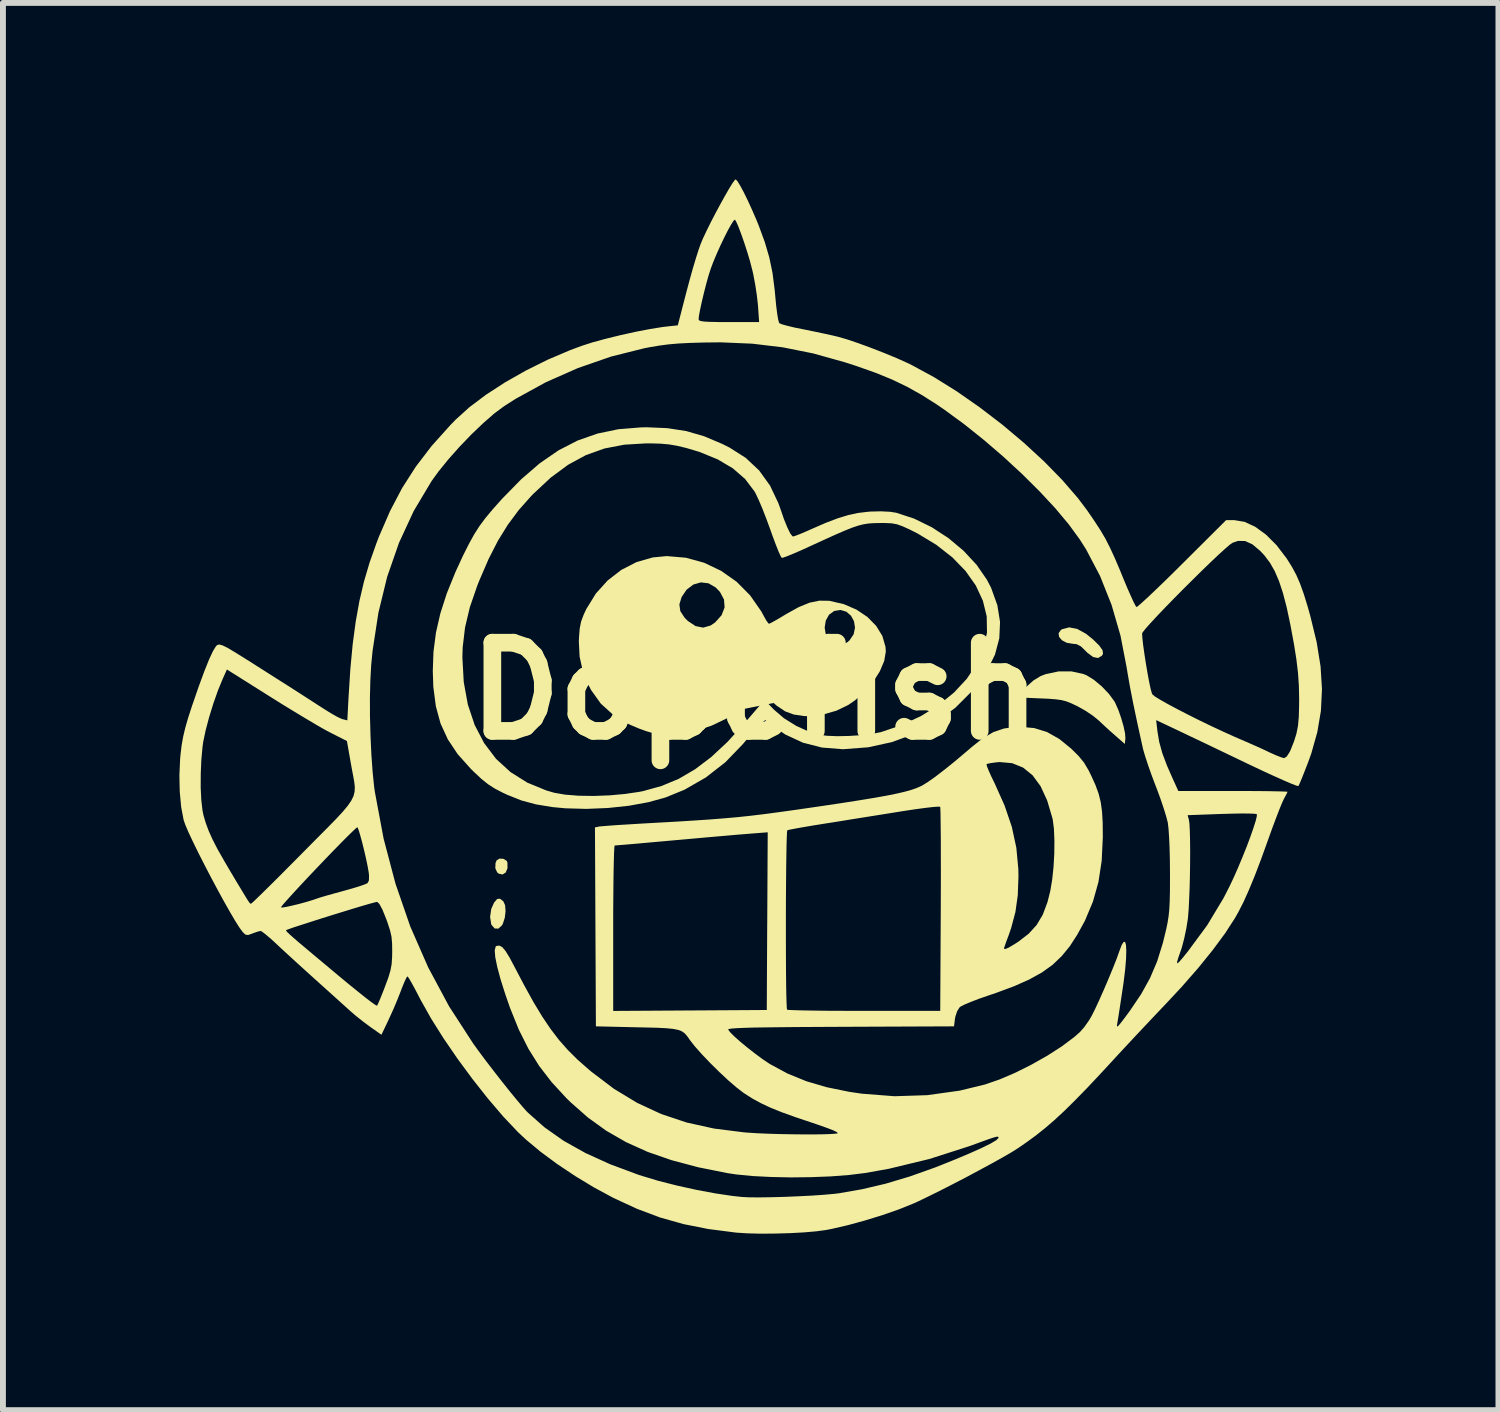
<source format=kicad_pcb>
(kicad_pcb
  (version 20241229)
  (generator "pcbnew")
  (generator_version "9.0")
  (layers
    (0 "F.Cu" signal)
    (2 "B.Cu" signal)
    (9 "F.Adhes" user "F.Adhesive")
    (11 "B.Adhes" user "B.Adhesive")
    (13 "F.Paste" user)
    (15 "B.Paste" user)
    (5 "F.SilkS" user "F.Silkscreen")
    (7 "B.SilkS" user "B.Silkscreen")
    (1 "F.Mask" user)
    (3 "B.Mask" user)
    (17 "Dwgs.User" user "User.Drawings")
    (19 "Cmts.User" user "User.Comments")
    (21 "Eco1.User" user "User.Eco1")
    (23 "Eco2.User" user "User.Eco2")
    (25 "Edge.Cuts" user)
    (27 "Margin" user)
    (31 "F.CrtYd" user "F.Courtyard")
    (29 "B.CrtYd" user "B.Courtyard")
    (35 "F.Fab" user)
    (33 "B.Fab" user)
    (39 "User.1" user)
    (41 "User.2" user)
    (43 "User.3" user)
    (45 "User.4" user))
  (footprint "Dopefish"
    (layer "F.Cu")
    (at 9.785 8.698)
    (property "Reference" "Dopefish" (at 0 0 0) (layer "F.SilkS") (effects (font (size 1.5 1.5) (thickness 0.3))))
    (attr board_only exclude_from_pos_files exclude_from_bom)
    (fp_poly (pts (xy -4.275 2.853) (xy -4.221 2.887) (xy -4.208 2.915) (xy -4.207 3.013) (xy -4.237 3.085) (xy -4.29 3.119) (xy -4.354 3.106) (xy -4.382 3.084) (xy -4.414 3.014) (xy -4.411 2.927) (xy -4.392 2.879) (xy -4.342 2.849)) (stroke (width 0) (type solid)) (fill yes) (layer "F.SilkS"))
    (fp_poly (pts (xy -4.278 3.575) (xy -4.248 3.641) (xy -4.24 3.742) (xy -4.253 3.855) (xy -4.286 3.957) (xy -4.301 3.984) (xy -4.361 4.039) (xy -4.424 4.038) (xy -4.476 3.98) (xy -4.484 3.963) (xy -4.503 3.84) (xy -4.483 3.704) (xy -4.435 3.597) (xy -4.383 3.536) (xy -4.335 3.531)) (stroke (width 0) (type solid)) (fill yes) (layer "F.SilkS"))
    (fp_poly (pts (xy 5.478 -1.056) (xy 5.63 -0.972) (xy 5.751 -0.874) (xy 5.854 -0.772) (xy 5.909 -0.694) (xy 5.918 -0.635) (xy 5.9 -0.601) (xy 5.833 -0.561) (xy 5.749 -0.578) (xy 5.651 -0.651) (xy 5.621 -0.682) (xy 5.541 -0.759) (xy 5.47 -0.796) (xy 5.404 -0.803) (xy 5.3 -0.82) (xy 5.219 -0.863) (xy 5.171 -0.92) (xy 5.162 -0.982) (xy 5.201 -1.038) (xy 5.22 -1.05) (xy 5.342 -1.082)) (stroke (width 0) (type solid)) (fill yes) (layer "F.SilkS"))
    (fp_poly (pts (xy 5.579 -0.291) (xy 5.639 -0.267) (xy 5.763 -0.19) (xy 5.896 -0.079) (xy 6.018 0.049) (xy 6.109 0.173) (xy 6.126 0.204) (xy 6.178 0.321) (xy 6.226 0.459) (xy 6.266 0.597) (xy 6.292 0.718) (xy 6.298 0.802) (xy 6.298 0.804) (xy 6.288 0.9) (xy 6.134 0.765) (xy 6.023 0.667) (xy 5.906 0.559) (xy 5.84 0.497) (xy 5.741 0.417) (xy 5.612 0.331) (xy 5.479 0.257) (xy 5.471 0.253) (xy 5.373 0.207) (xy 5.291 0.175) (xy 5.209 0.154) (xy 5.112 0.141) (xy 4.983 0.131) (xy 4.838 0.125) (xy 4.434 0.107) (xy 4.604 -0.063) (xy 4.734 -0.179) (xy 4.855 -0.253) (xy 4.94 -0.286) (xy 5.16 -0.333) (xy 5.379 -0.334)) (stroke (width 0) (type solid)) (fill yes) (layer "F.SilkS"))
    (fp_poly (pts (xy -1.175 -2.266) (xy -0.865 -2.181) (xy -0.575 -2.043) (xy -0.311 -1.857) (xy -0.082 -1.626) (xy 0.107 -1.355) (xy 0.151 -1.274) (xy 0.194 -1.197) (xy 0.229 -1.15) (xy 0.24 -1.143) (xy 0.274 -1.159) (xy 0.349 -1.2) (xy 0.452 -1.26) (xy 0.536 -1.311) (xy 0.747 -1.428) (xy 0.929 -1.502) (xy 1.095 -1.536) (xy 1.257 -1.534) (xy 1.272 -1.532) (xy 1.51 -1.477) (xy 1.726 -1.384) (xy 1.912 -1.259) (xy 2.061 -1.107) (xy 2.166 -0.936) (xy 2.219 -0.753) (xy 2.225 -0.673) (xy 2.198 -0.512) (xy 2.124 -0.337) (xy 2.011 -0.158) (xy 1.866 0.011) (xy 1.699 0.16) (xy 1.587 0.237) (xy 1.384 0.335) (xy 1.156 0.4) (xy 0.93 0.428) (xy 0.839 0.426) (xy 0.661 0.4) (xy 0.514 0.346) (xy 0.374 0.253) (xy 0.298 0.186) (xy 0.169 0.068) (xy -0.093 0.24) (xy -0.426 0.44) (xy -0.735 0.588) (xy -1.026 0.685) (xy -1.305 0.733) (xy -1.578 0.733) (xy -1.761 0.708) (xy -1.854 0.681) (xy -1.979 0.635) (xy -2.113 0.578) (xy -2.149 0.561) (xy -2.409 0.406) (xy -2.62 0.215) (xy -2.785 -0.015) (xy -2.83 -0.102) (xy -2.928 -0.346) (xy -2.981 -0.584) (xy -2.994 -0.84) (xy -2.991 -0.916) (xy -2.979 -1.065) (xy -2.955 -1.183) (xy -2.911 -1.3) (xy -2.866 -1.396) (xy -2.818 -1.473) (xy -1.285 -1.473) (xy -1.269 -1.358) (xy -1.195 -1.245) (xy -1.141 -1.191) (xy -1.01 -1.104) (xy -0.881 -1.078) (xy -0.88 -1.078) (xy 1.185 -1.078) (xy 1.205 -0.957) (xy 1.266 -0.851) (xy 1.271 -0.845) (xy 1.365 -0.783) (xy 1.47 -0.779) (xy 1.576 -0.833) (xy 1.609 -0.863) (xy 1.678 -0.965) (xy 1.701 -1.077) (xy 1.684 -1.186) (xy 1.633 -1.28) (xy 1.555 -1.348) (xy 1.455 -1.378) (xy 1.348 -1.361) (xy 1.259 -1.297) (xy 1.204 -1.197) (xy 1.185 -1.078) (xy -0.88 -1.078) (xy -0.753 -1.114) (xy -0.678 -1.165) (xy -0.567 -1.289) (xy -0.516 -1.421) (xy -0.526 -1.555) (xy -0.595 -1.685) (xy -0.667 -1.76) (xy -0.789 -1.831) (xy -0.92 -1.847) (xy -1.047 -1.81) (xy -1.161 -1.724) (xy -1.246 -1.599) (xy -1.285 -1.473) (xy -2.818 -1.473) (xy -2.705 -1.657) (xy -2.505 -1.879) (xy -2.272 -2.059) (xy -2.013 -2.192) (xy -1.738 -2.271) (xy -1.499 -2.294)) (stroke (width 0) (type solid)) (fill yes) (layer "F.SilkS"))
    (fp_poly (pts (xy -1.49 -4.469) (xy -1.172 -4.42) (xy -0.866 -4.332) (xy -0.552 -4.199) (xy -0.431 -4.138) (xy -0.157 -3.964) (xy 0.071 -3.75) (xy 0.256 -3.493) (xy 0.399 -3.192) (xy 0.434 -3.094) (xy 0.494 -2.92) (xy 0.551 -2.78) (xy 0.599 -2.681) (xy 0.637 -2.631) (xy 0.648 -2.627) (xy 0.688 -2.639) (xy 0.771 -2.671) (xy 0.882 -2.718) (xy 0.96 -2.753) (xy 1.204 -2.859) (xy 1.409 -2.937) (xy 1.587 -2.992) (xy 1.752 -3.027) (xy 1.919 -3.047) (xy 1.968 -3.051) (xy 2.144 -3.055) (xy 2.3 -3.047) (xy 2.401 -3.031) (xy 2.706 -2.931) (xy 3.005 -2.785) (xy 3.289 -2.6) (xy 3.547 -2.384) (xy 3.768 -2.146) (xy 3.943 -1.893) (xy 4.015 -1.754) (xy 4.121 -1.459) (xy 4.167 -1.174) (xy 4.154 -0.895) (xy 4.081 -0.62) (xy 3.947 -0.346) (xy 3.752 -0.071) (xy 3.7 -0.008) (xy 3.408 0.284) (xy 3.079 0.529) (xy 2.718 0.725) (xy 2.331 0.868) (xy 1.924 0.957) (xy 1.503 0.989) (xy 1.487 0.989) (xy 1.137 0.961) (xy 0.815 0.878) (xy 0.517 0.74) (xy 0.311 0.6) (xy 0.174 0.494) (xy 0.084 0.579) (xy 0.024 0.641) (xy -0.06 0.734) (xy -0.156 0.844) (xy -0.203 0.9) (xy -0.501 1.209) (xy -0.834 1.469) (xy -1.198 1.678) (xy -1.518 1.809) (xy -1.81 1.89) (xy -2.144 1.951) (xy -2.503 1.989) (xy -2.868 2.004) (xy -3.223 1.994) (xy -3.445 1.973) (xy -3.724 1.927) (xy -3.969 1.861) (xy -4.208 1.766) (xy -4.295 1.725) (xy -4.427 1.656) (xy -4.54 1.583) (xy -4.652 1.493) (xy -4.78 1.373) (xy -4.837 1.316) (xy -5.055 1.072) (xy -5.222 0.821) (xy -5.345 0.553) (xy -5.425 0.26) (xy -5.468 -0.07) (xy -5.477 -0.34) (xy -5.469 -0.572) (xy -4.974 -0.572) (xy -4.951 -0.153) (xy -4.881 0.231) (xy -4.765 0.578) (xy -4.604 0.886) (xy -4.401 1.154) (xy -4.156 1.378) (xy -3.87 1.558) (xy -3.546 1.691) (xy -3.411 1.73) (xy -3.227 1.762) (xy -2.998 1.78) (xy -2.742 1.784) (xy -2.473 1.774) (xy -2.209 1.75) (xy -1.964 1.714) (xy -1.9 1.701) (xy -1.59 1.615) (xy -1.298 1.494) (xy -1.019 1.331) (xy -0.744 1.123) (xy -0.467 0.865) (xy -0.189 0.56) (xy 0.163 0.151) (xy 0.321 0.315) (xy 0.493 0.463) (xy 0.704 0.594) (xy 0.927 0.695) (xy 1.085 0.742) (xy 1.222 0.761) (xy 1.401 0.768) (xy 1.601 0.764) (xy 1.804 0.751) (xy 1.99 0.729) (xy 2.14 0.699) (xy 2.144 0.698) (xy 2.502 0.577) (xy 2.831 0.421) (xy 3.127 0.236) (xy 3.385 0.025) (xy 3.601 -0.207) (xy 3.768 -0.455) (xy 3.884 -0.716) (xy 3.943 -0.984) (xy 3.945 -1.001) (xy 3.94 -1.27) (xy 3.875 -1.535) (xy 3.755 -1.793) (xy 3.581 -2.04) (xy 3.356 -2.272) (xy 3.083 -2.486) (xy 2.765 -2.678) (xy 2.632 -2.745) (xy 2.511 -2.8) (xy 2.417 -2.834) (xy 2.326 -2.851) (xy 2.213 -2.856) (xy 2.117 -2.856) (xy 2.019 -2.854) (xy 1.932 -2.848) (xy 1.847 -2.835) (xy 1.756 -2.812) (xy 1.649 -2.776) (xy 1.52 -2.724) (xy 1.359 -2.654) (xy 1.158 -2.563) (xy 0.931 -2.459) (xy 0.778 -2.389) (xy 0.643 -2.331) (xy 0.538 -2.288) (xy 0.472 -2.266) (xy 0.456 -2.263) (xy 0.436 -2.295) (xy 0.4 -2.374) (xy 0.353 -2.493) (xy 0.298 -2.64) (xy 0.259 -2.75) (xy 0.194 -2.927) (xy 0.128 -3.097) (xy 0.065 -3.245) (xy 0.013 -3.356) (xy -0.008 -3.394) (xy -0.167 -3.604) (xy -0.375 -3.785) (xy -0.633 -3.938) (xy -0.944 -4.065) (xy -1.165 -4.131) (xy -1.319 -4.168) (xy -1.457 -4.192) (xy -1.601 -4.205) (xy -1.774 -4.21) (xy -1.854 -4.21) (xy -2.221 -4.188) (xy -2.559 -4.123) (xy -2.875 -4.01) (xy -3.177 -3.846) (xy -3.472 -3.628) (xy -3.767 -3.353) (xy -3.806 -3.313) (xy -4.017 -3.075) (xy -4.202 -2.826) (xy -4.37 -2.554) (xy -4.527 -2.247) (xy -4.68 -1.893) (xy -4.72 -1.794) (xy -4.847 -1.425) (xy -4.929 -1.079) (xy -4.969 -0.743) (xy -4.974 -0.572) (xy -5.469 -0.572) (xy -5.465 -0.672) (xy -5.423 -0.995) (xy -5.348 -1.321) (xy -5.239 -1.66) (xy -5.091 -2.025) (xy -4.963 -2.302) (xy -4.865 -2.497) (xy -4.776 -2.659) (xy -4.685 -2.802) (xy -4.582 -2.941) (xy -4.455 -3.093) (xy -4.297 -3.27) (xy -3.974 -3.6) (xy -3.657 -3.873) (xy -3.339 -4.092) (xy -3.014 -4.259) (xy -2.677 -4.377) (xy -2.32 -4.451) (xy -1.938 -4.482) (xy -1.839 -4.484)) (stroke (width 0) (type solid)) (fill yes) (layer "F.SilkS"))
    (fp_poly (pts (xy -0.3 -8.671) (xy -0.254 -8.597) (xy -0.193 -8.484) (xy -0.123 -8.342) (xy -0.05 -8.182) (xy 0.024 -8.012) (xy 0.062 -7.919) (xy 0.167 -7.633) (xy 0.244 -7.371) (xy 0.299 -7.106) (xy 0.336 -6.815) (xy 0.346 -6.705) (xy 0.361 -6.549) (xy 0.378 -6.415) (xy 0.395 -6.314) (xy 0.411 -6.259) (xy 0.414 -6.254) (xy 0.457 -6.235) (xy 0.546 -6.21) (xy 0.67 -6.18) (xy 0.804 -6.153) (xy 0.977 -6.118) (xy 1.159 -6.08) (xy 1.322 -6.044) (xy 1.407 -6.024) (xy 1.56 -5.98) (xy 1.753 -5.915) (xy 1.969 -5.836) (xy 2.192 -5.749) (xy 2.406 -5.661) (xy 2.593 -5.577) (xy 2.667 -5.541) (xy 3.044 -5.336) (xy 3.432 -5.094) (xy 3.822 -4.822) (xy 4.206 -4.528) (xy 4.573 -4.219) (xy 4.916 -3.903) (xy 5.225 -3.587) (xy 5.491 -3.279) (xy 5.645 -3.075) (xy 5.769 -2.894) (xy 5.871 -2.738) (xy 5.958 -2.59) (xy 6.037 -2.435) (xy 6.118 -2.259) (xy 6.208 -2.048) (xy 6.257 -1.927) (xy 6.324 -1.766) (xy 6.386 -1.626) (xy 6.436 -1.516) (xy 6.472 -1.447) (xy 6.487 -1.427) (xy 6.515 -1.446) (xy 6.581 -1.504) (xy 6.681 -1.595) (xy 6.808 -1.716) (xy 6.958 -1.86) (xy 7.125 -2.024) (xy 7.263 -2.161) (xy 8.01 -2.905) (xy 8.151 -2.905) (xy 8.324 -2.876) (xy 8.505 -2.792) (xy 8.689 -2.658) (xy 8.868 -2.479) (xy 9.035 -2.26) (xy 9.043 -2.249) (xy 9.13 -2.11) (xy 9.204 -1.972) (xy 9.269 -1.822) (xy 9.332 -1.646) (xy 9.398 -1.431) (xy 9.441 -1.278) (xy 9.55 -0.83) (xy 9.616 -0.418) (xy 9.64 -0.033) (xy 9.622 0.336) (xy 9.561 0.698) (xy 9.458 1.063) (xy 9.401 1.221) (xy 9.346 1.362) (xy 9.298 1.483) (xy 9.261 1.571) (xy 9.24 1.614) (xy 9.239 1.616) (xy 9.207 1.609) (xy 9.126 1.578) (xy 9.004 1.526) (xy 8.847 1.456) (xy 8.663 1.372) (xy 8.458 1.275) (xy 8.371 1.234) (xy 8.138 1.122) (xy 7.904 1.01) (xy 7.681 0.903) (xy 7.479 0.807) (xy 7.309 0.726) (xy 7.183 0.666) (xy 7.173 0.661) (xy 6.821 0.495) (xy 6.843 0.688) (xy 6.873 0.866) (xy 6.925 1.055) (xy 7.005 1.268) (xy 7.089 1.46) (xy 7.198 1.7) (xy 8.126 1.7) (xy 8.358 1.7) (xy 8.569 1.701) (xy 8.752 1.703) (xy 8.897 1.706) (xy 8.999 1.709) (xy 9.05 1.712) (xy 9.054 1.713) (xy 9.04 1.746) (xy 9.005 1.811) (xy 8.995 1.829) (xy 8.967 1.889) (xy 8.922 1.997) (xy 8.866 2.142) (xy 8.802 2.312) (xy 8.735 2.498) (xy 8.728 2.518) (xy 8.606 2.856) (xy 8.497 3.142) (xy 8.398 3.382) (xy 8.307 3.585) (xy 8.219 3.757) (xy 8.159 3.863) (xy 7.994 4.118) (xy 7.784 4.402) (xy 7.536 4.709) (xy 7.254 5.031) (xy 7.009 5.294) (xy 6.838 5.474) (xy 6.656 5.667) (xy 6.475 5.859) (xy 6.309 6.037) (xy 6.171 6.186) (xy 6.148 6.211) (xy 5.882 6.499) (xy 5.65 6.746) (xy 5.444 6.957) (xy 5.261 7.138) (xy 5.092 7.294) (xy 4.932 7.432) (xy 4.775 7.557) (xy 4.615 7.674) (xy 4.465 7.777) (xy 4.358 7.844) (xy 4.206 7.932) (xy 4.019 8.036) (xy 3.808 8.15) (xy 3.584 8.27) (xy 3.356 8.388) (xy 3.136 8.5) (xy 2.934 8.6) (xy 2.761 8.683) (xy 2.685 8.717) (xy 2.449 8.812) (xy 2.173 8.908) (xy 1.876 9) (xy 1.58 9.081) (xy 1.304 9.145) (xy 1.205 9.164) (xy 1.041 9.186) (xy 0.831 9.204) (xy 0.592 9.217) (xy 0.342 9.224) (xy 0.096 9.226) (xy -0.129 9.22) (xy -0.317 9.208) (xy -0.324 9.207) (xy -0.791 9.147) (xy -1.215 9.063) (xy -1.615 8.95) (xy -2.006 8.803) (xy -2.406 8.618) (xy -2.419 8.611) (xy -2.736 8.44) (xy -3.055 8.247) (xy -3.362 8.042) (xy -3.646 7.832) (xy -3.892 7.627) (xy -4.033 7.495) (xy -4.283 7.23) (xy -4.543 6.925) (xy -4.805 6.593) (xy -5.059 6.248) (xy -5.296 5.902) (xy -5.506 5.568) (xy -5.68 5.258) (xy -5.708 5.204) (xy -5.777 5.072) (xy -5.837 4.962) (xy -5.882 4.885) (xy -5.906 4.852) (xy -5.908 4.851) (xy -5.928 4.878) (xy -5.961 4.95) (xy -6.003 5.052) (xy -6.016 5.088) (xy -6.073 5.233) (xy -6.143 5.401) (xy -6.215 5.559) (xy -6.226 5.584) (xy -6.35 5.844) (xy -6.535 5.714) (xy -6.659 5.622) (xy -6.79 5.518) (xy -6.878 5.442) (xy -6.953 5.374) (xy -7.063 5.275) (xy -7.197 5.154) (xy -7.344 5.022) (xy -7.465 4.913) (xy -7.622 4.771) (xy -7.784 4.624) (xy -7.935 4.486) (xy -8.064 4.367) (xy -8.132 4.303) (xy -8.233 4.21) (xy -8.32 4.137) (xy -8.381 4.09) (xy -8.404 4.079) (xy -8.453 4.09) (xy -8.53 4.117) (xy -8.542 4.122) (xy -8.615 4.148) (xy -8.66 4.143) (xy -8.705 4.102) (xy -8.708 4.099) (xy -8.728 4.071) (xy -7.971 4.071) (xy -7.965 4.083) (xy -7.946 4.104) (xy -7.91 4.138) (xy -7.853 4.189) (xy -7.77 4.261) (xy -7.657 4.356) (xy -7.51 4.48) (xy -7.324 4.635) (xy -7.096 4.826) (xy -7.078 4.841) (xy -6.909 4.981) (xy -6.756 5.105) (xy -6.625 5.21) (xy -6.522 5.289) (xy -6.453 5.337) (xy -6.425 5.351) (xy -6.425 5.351) (xy -6.407 5.315) (xy -6.372 5.234) (xy -6.327 5.122) (xy -6.288 5.021) (xy -6.232 4.87) (xy -6.197 4.752) (xy -6.177 4.645) (xy -6.169 4.527) (xy -6.167 4.434) (xy -6.169 4.291) (xy -6.179 4.177) (xy -6.204 4.068) (xy -6.247 3.937) (xy -6.271 3.87) (xy -6.334 3.715) (xy -6.385 3.62) (xy -6.423 3.585) (xy -6.426 3.585) (xy -6.466 3.594) (xy -6.555 3.618) (xy -6.682 3.655) (xy -6.838 3.702) (xy -7.014 3.756) (xy -7.199 3.813) (xy -7.384 3.871) (xy -7.559 3.927) (xy -7.714 3.977) (xy -7.841 4.018) (xy -7.929 4.049) (xy -7.968 4.064) (xy -7.969 4.065) (xy -7.971 4.071) (xy -8.728 4.071) (xy -8.759 4.03) (xy -8.833 3.914) (xy -8.923 3.761) (xy -8.97 3.678) (xy -8.059 3.678) (xy -8.036 3.681) (xy -7.967 3.67) (xy -7.868 3.648) (xy -7.751 3.62) (xy -7.63 3.587) (xy -7.521 3.554) (xy -7.445 3.528) (xy -7.385 3.508) (xy -7.279 3.477) (xy -7.144 3.439) (xy -6.997 3.399) (xy -6.851 3.358) (xy -6.726 3.32) (xy -6.634 3.288) (xy -6.588 3.267) (xy -6.587 3.267) (xy -6.563 3.221) (xy -6.561 3.134) (xy -6.567 3.082) (xy -6.585 2.979) (xy -6.612 2.85) (xy -6.644 2.71) (xy -6.678 2.573) (xy -6.711 2.452) (xy -6.738 2.363) (xy -6.757 2.318) (xy -6.759 2.316) (xy -6.784 2.334) (xy -6.844 2.39) (xy -6.934 2.478) (xy -7.047 2.592) (xy -7.176 2.724) (xy -7.316 2.869) (xy -7.46 3.02) (xy -7.602 3.17) (xy -7.735 3.312) (xy -7.853 3.44) (xy -7.95 3.547) (xy -8.02 3.626) (xy -8.056 3.672) (xy -8.059 3.678) (xy -8.97 3.678) (xy -9.026 3.579) (xy -9.136 3.378) (xy -9.249 3.166) (xy -9.36 2.953) (xy -9.464 2.748) (xy -9.556 2.56) (xy -9.632 2.398) (xy -9.686 2.271) (xy -9.713 2.193) (xy -9.755 1.972) (xy -9.779 1.711) (xy -9.781 1.64) (xy -9.423 1.64) (xy -9.413 1.85) (xy -9.393 2.025) (xy -9.377 2.107) (xy -9.337 2.243) (xy -9.287 2.378) (xy -9.222 2.522) (xy -9.137 2.688) (xy -9.025 2.885) (xy -8.927 3.052) (xy -8.816 3.239) (xy -8.732 3.378) (xy -8.671 3.479) (xy -8.63 3.546) (xy -8.603 3.586) (xy -8.587 3.607) (xy -8.577 3.615) (xy -8.569 3.615) (xy -8.566 3.615) (xy -8.54 3.594) (xy -8.476 3.533) (xy -8.378 3.438) (xy -8.25 3.312) (xy -8.098 3.161) (xy -7.927 2.989) (xy -7.74 2.801) (xy -7.671 2.731) (xy -7.451 2.509) (xy -7.269 2.326) (xy -7.122 2.176) (xy -7.008 2.053) (xy -6.923 1.951) (xy -6.863 1.864) (xy -6.825 1.786) (xy -6.806 1.71) (xy -6.803 1.63) (xy -6.813 1.541) (xy -6.832 1.436) (xy -6.856 1.309) (xy -6.869 1.236) (xy -6.937 0.85) (xy -7.215 0.709) (xy -7.317 0.655) (xy -7.46 0.573) (xy -7.635 0.469) (xy -7.831 0.351) (xy -8.039 0.224) (xy -8.235 0.101) (xy -8.977 -0.366) (xy -9.049 -0.206) (xy -9.129 -0.011) (xy -9.208 0.213) (xy -9.28 0.446) (xy -9.339 0.669) (xy -9.38 0.864) (xy -9.391 0.942) (xy -9.412 1.17) (xy -9.422 1.408) (xy -9.423 1.64) (xy -9.781 1.64) (xy -9.785 1.428) (xy -9.772 1.142) (xy -9.766 1.08) (xy -9.747 0.922) (xy -9.721 0.776) (xy -9.685 0.624) (xy -9.635 0.451) (xy -9.566 0.239) (xy -9.561 0.226) (xy -9.454 -0.084) (xy -9.36 -0.339) (xy -9.28 -0.538) (xy -9.214 -0.679) (xy -9.163 -0.762) (xy -9.142 -0.782) (xy -9.105 -0.791) (xy -9.047 -0.774) (xy -8.959 -0.73) (xy -8.849 -0.664) (xy -8.718 -0.583) (xy -8.548 -0.476) (xy -8.351 -0.351) (xy -8.138 -0.215) (xy -7.921 -0.078) (xy -7.714 0.055) (xy -7.528 0.175) (xy -7.375 0.274) (xy -7.323 0.307) (xy -7.209 0.378) (xy -7.105 0.437) (xy -7.029 0.473) (xy -7.011 0.479) (xy -6.93 0.499) (xy -6.91 0.118) (xy -6.546 0.118) (xy -6.545 0.437) (xy -6.536 0.763) (xy -6.521 1.082) (xy -6.5 1.376) (xy -6.474 1.631) (xy -6.462 1.715) (xy -6.313 2.51) (xy -6.112 3.273) (xy -5.86 4.003) (xy -5.555 4.699) (xy -5.2 5.361) (xy -4.793 5.989) (xy -4.7 6.118) (xy -4.579 6.281) (xy -4.445 6.455) (xy -4.308 6.631) (xy -4.175 6.798) (xy -4.053 6.947) (xy -3.951 7.068) (xy -3.876 7.152) (xy -3.862 7.166) (xy -3.579 7.417) (xy -3.254 7.646) (xy -2.881 7.855) (xy -2.458 8.047) (xy -1.979 8.225) (xy -1.916 8.245) (xy -1.637 8.329) (xy -1.325 8.408) (xy -0.999 8.48) (xy -0.679 8.54) (xy -0.384 8.584) (xy -0.216 8.602) (xy -0.094 8.608) (xy 0.076 8.609) (xy 0.281 8.606) (xy 0.505 8.6) (xy 0.737 8.59) (xy 0.961 8.579) (xy 1.164 8.565) (xy 1.333 8.55) (xy 1.421 8.54) (xy 1.822 8.47) (xy 2.222 8.376) (xy 2.633 8.253) (xy 3.069 8.098) (xy 3.399 7.966) (xy 3.655 7.858) (xy 3.858 7.767) (xy 4.008 7.693) (xy 4.102 7.637) (xy 4.14 7.6) (xy 4.141 7.597) (xy 4.139 7.583) (xy 4.129 7.576) (xy 4.102 7.579) (xy 4.051 7.593) (xy 3.968 7.621) (xy 3.843 7.666) (xy 3.67 7.729) (xy 3.639 7.74) (xy 2.966 7.956) (xy 2.274 8.123) (xy 1.876 8.194) (xy 1.601 8.228) (xy 1.288 8.252) (xy 0.953 8.265) (xy 0.61 8.269) (xy 0.274 8.262) (xy -0.04 8.246) (xy -0.317 8.219) (xy -0.464 8.197) (xy -0.968 8.096) (xy -1.419 7.976) (xy -1.825 7.835) (xy -2.192 7.669) (xy -2.529 7.475) (xy -2.841 7.25) (xy -3.137 6.989) (xy -3.209 6.918) (xy -3.456 6.65) (xy -3.668 6.375) (xy -3.852 6.081) (xy -4.015 5.756) (xy -4.164 5.387) (xy -4.243 5.16) (xy -4.324 4.904) (xy -4.381 4.692) (xy -4.415 4.526) (xy -4.424 4.409) (xy -4.408 4.344) (xy -4.395 4.334) (xy -4.346 4.328) (xy -4.296 4.354) (xy -4.241 4.419) (xy -4.173 4.529) (xy -4.099 4.668) (xy -3.923 5.003) (xy -3.765 5.289) (xy -3.617 5.534) (xy -3.474 5.746) (xy -3.331 5.933) (xy -3.181 6.103) (xy -3.018 6.265) (xy -2.836 6.426) (xy -2.781 6.472) (xy -2.397 6.763) (xy -2.004 7.001) (xy -1.595 7.191) (xy -1.161 7.336) (xy -0.694 7.439) (xy -0.186 7.503) (xy -0.124 7.508) (xy 0.032 7.518) (xy 0.214 7.526) (xy 0.414 7.532) (xy 0.621 7.536) (xy 0.823 7.538) (xy 1.011 7.538) (xy 1.175 7.536) (xy 1.303 7.531) (xy 1.385 7.524) (xy 1.406 7.52) (xy 1.399 7.503) (xy 1.336 7.471) (xy 1.22 7.426) (xy 1.055 7.368) (xy 0.969 7.339) (xy 0.689 7.245) (xy 0.458 7.162) (xy 0.267 7.085) (xy 0.105 7.009) (xy -0.039 6.931) (xy -0.174 6.845) (xy -0.202 6.826) (xy -0.316 6.738) (xy -0.456 6.617) (xy -0.608 6.475) (xy -0.762 6.323) (xy -0.904 6.174) (xy -1.023 6.04) (xy -1.107 5.933) (xy -1.11 5.928) (xy -1.152 5.868) (xy -1.193 5.821) (xy -1.24 5.787) (xy -1.302 5.762) (xy -1.388 5.745) (xy -1.505 5.733) (xy -1.663 5.725) (xy -1.869 5.72) (xy -2.009 5.717) (xy -2.704 5.701) (xy -2.712 4.033) (xy -2.41 4.033) (xy -2.41 5.439) (xy -1.105 5.431) (xy 0.201 5.423) (xy 0.208 4.019) (xy 0.526 4.019) (xy 0.526 4.282) (xy 0.527 4.534) (xy 0.528 4.769) (xy 0.53 4.978) (xy 0.533 5.155) (xy 0.537 5.292) (xy 0.541 5.382) (xy 0.546 5.418) (xy 0.546 5.418) (xy 0.58 5.422) (xy 0.67 5.426) (xy 0.808 5.43) (xy 0.989 5.433) (xy 1.205 5.436) (xy 1.45 5.437) (xy 1.718 5.438) (xy 1.858 5.438) (xy 3.15 5.438) (xy 3.159 3.716) (xy 3.16 3.395) (xy 3.161 3.093) (xy 3.16 2.815) (xy 3.16 2.566) (xy 3.158 2.354) (xy 3.156 2.182) (xy 3.154 2.057) (xy 3.151 1.985) (xy 3.149 1.968) (xy 3.114 1.966) (xy 3.027 1.972) (xy 2.898 1.987) (xy 2.734 2.009) (xy 2.546 2.037) (xy 2.453 2.052) (xy 2.204 2.092) (xy 1.927 2.136) (xy 1.645 2.181) (xy 1.381 2.224) (xy 1.176 2.256) (xy 0.99 2.286) (xy 0.825 2.314) (xy 0.69 2.338) (xy 0.596 2.356) (xy 0.552 2.367) (xy 0.55 2.367) (xy 0.545 2.4) (xy 0.541 2.488) (xy 0.537 2.623) (xy 0.534 2.798) (xy 0.531 3.005) (xy 0.529 3.238) (xy 0.527 3.49) (xy 0.526 3.753) (xy 0.526 4.019) (xy 0.208 4.019) (xy 0.209 3.912) (xy 0.217 2.402) (xy -0.054 2.423) (xy -0.152 2.431) (xy -0.301 2.443) (xy -0.493 2.46) (xy -0.716 2.479) (xy -0.961 2.501) (xy -1.217 2.524) (xy -1.342 2.535) (xy -1.586 2.557) (xy -1.811 2.577) (xy -2.009 2.595) (xy -2.173 2.609) (xy -2.295 2.619) (xy -2.367 2.625) (xy -2.385 2.627) (xy -2.39 2.656) (xy -2.395 2.742) (xy -2.399 2.877) (xy -2.403 3.056) (xy -2.406 3.271) (xy -2.408 3.518) (xy -2.41 3.79) (xy -2.41 4.033) (xy -2.712 4.033) (xy -2.712 4.01) (xy -2.72 2.319) (xy -2.65 2.304) (xy -2.602 2.299) (xy -2.501 2.291) (xy -2.355 2.28) (xy -2.173 2.269) (xy -1.964 2.256) (xy -1.735 2.243) (xy -1.7 2.241) (xy -1.343 2.221) (xy -1.037 2.202) (xy -0.769 2.184) (xy -0.528 2.165) (xy -0.3 2.145) (xy -0.076 2.121) (xy 0.158 2.093) (xy 0.412 2.059) (xy 0.699 2.019) (xy 1.03 1.971) (xy 1.099 1.961) (xy 1.461 1.907) (xy 1.768 1.859) (xy 2.024 1.817) (xy 2.237 1.779) (xy 2.41 1.744) (xy 2.551 1.711) (xy 2.665 1.679) (xy 2.757 1.646) (xy 2.833 1.612) (xy 2.837 1.61) (xy 2.935 1.55) (xy 3.07 1.455) (xy 3.232 1.33) (xy 3.339 1.244) (xy 3.937 1.244) (xy 3.943 1.276) (xy 3.973 1.352) (xy 4.021 1.459) (xy 4.073 1.565) (xy 4.244 1.947) (xy 4.367 2.309) (xy 4.444 2.666) (xy 4.478 3.029) (xy 4.48 3.158) (xy 4.468 3.475) (xy 4.428 3.758) (xy 4.356 4.029) (xy 4.312 4.156) (xy 4.273 4.259) (xy 4.246 4.337) (xy 4.233 4.375) (xy 4.233 4.376) (xy 4.252 4.388) (xy 4.311 4.364) (xy 4.412 4.304) (xy 4.476 4.263) (xy 4.653 4.127) (xy 4.789 3.978) (xy 4.893 3.803) (xy 4.973 3.59) (xy 5.021 3.399) (xy 5.053 3.209) (xy 5.076 2.992) (xy 5.089 2.764) (xy 5.091 2.543) (xy 5.083 2.345) (xy 5.063 2.187) (xy 5.057 2.161) (xy 4.968 1.861) (xy 4.856 1.618) (xy 4.719 1.432) (xy 4.559 1.302) (xy 4.373 1.227) (xy 4.163 1.208) (xy 4.109 1.212) (xy 4.017 1.224) (xy 3.953 1.237) (xy 3.937 1.244) (xy 3.339 1.244) (xy 3.415 1.182) (xy 3.609 1.018) (xy 3.681 0.956) (xy 3.873 0.803) (xy 4.053 0.699) (xy 4.235 0.637) (xy 4.434 0.611) (xy 4.511 0.609) (xy 4.748 0.63) (xy 4.965 0.697) (xy 5.174 0.815) (xy 5.377 0.98) (xy 5.502 1.104) (xy 5.595 1.218) (xy 5.672 1.348) (xy 5.714 1.433) (xy 5.789 1.598) (xy 5.843 1.746) (xy 5.879 1.892) (xy 5.901 2.051) (xy 5.912 2.24) (xy 5.914 2.473) (xy 5.914 2.487) (xy 5.895 2.886) (xy 5.84 3.246) (xy 5.746 3.581) (xy 5.61 3.905) (xy 5.479 4.144) (xy 5.352 4.34) (xy 5.214 4.508) (xy 5.06 4.655) (xy 4.879 4.785) (xy 4.664 4.904) (xy 4.408 5.018) (xy 4.101 5.132) (xy 3.971 5.176) (xy 3.812 5.231) (xy 3.672 5.285) (xy 3.56 5.332) (xy 3.491 5.368) (xy 3.479 5.378) (xy 3.437 5.445) (xy 3.406 5.54) (xy 3.401 5.568) (xy 3.384 5.701) (xy 1.458 5.709) (xy 1.05 5.711) (xy 0.7 5.713) (xy 0.404 5.716) (xy 0.159 5.719) (xy -0.038 5.722) (xy -0.193 5.727) (xy -0.309 5.732) (xy -0.388 5.738) (xy -0.436 5.744) (xy -0.455 5.752) (xy -0.456 5.755) (xy -0.423 5.8) (xy -0.351 5.872) (xy -0.25 5.962) (xy -0.13 6.061) (xy -0.002 6.161) (xy 0.122 6.253) (xy 0.233 6.328) (xy 0.258 6.344) (xy 0.555 6.504) (xy 0.871 6.633) (xy 1.216 6.735) (xy 1.602 6.814) (xy 1.819 6.846) (xy 2.373 6.889) (xy 2.929 6.871) (xy 3.481 6.794) (xy 3.909 6.69) (xy 4.156 6.605) (xy 4.425 6.49) (xy 4.701 6.352) (xy 4.97 6.2) (xy 5.216 6.042) (xy 5.426 5.885) (xy 5.525 5.798) (xy 5.598 5.715) (xy 5.675 5.606) (xy 5.72 5.531) (xy 5.777 5.419) (xy 5.849 5.264) (xy 5.929 5.084) (xy 6.01 4.895) (xy 6.086 4.711) (xy 6.15 4.55) (xy 6.194 4.426) (xy 6.235 4.317) (xy 6.269 4.265) (xy 6.293 4.266) (xy 6.308 4.318) (xy 6.313 4.416) (xy 6.309 4.556) (xy 6.294 4.735) (xy 6.268 4.948) (xy 6.257 5.024) (xy 6.23 5.203) (xy 6.205 5.368) (xy 6.184 5.505) (xy 6.168 5.602) (xy 6.162 5.639) (xy 6.154 5.685) (xy 6.157 5.705) (xy 6.177 5.693) (xy 6.218 5.645) (xy 6.286 5.556) (xy 6.376 5.434) (xy 6.565 5.154) (xy 6.716 4.882) (xy 6.834 4.605) (xy 7.177 4.605) (xy 7.179 4.632) (xy 7.21 4.608) (xy 7.274 4.534) (xy 7.361 4.426) (xy 7.688 3.983) (xy 7.966 3.521) (xy 8.065 3.328) (xy 8.138 3.174) (xy 8.214 3.002) (xy 8.289 2.822) (xy 8.361 2.643) (xy 8.424 2.474) (xy 8.476 2.325) (xy 8.514 2.205) (xy 8.533 2.124) (xy 8.532 2.093) (xy 8.495 2.087) (xy 8.407 2.083) (xy 8.277 2.082) (xy 8.115 2.085) (xy 7.932 2.09) (xy 7.356 2.111) (xy 7.378 2.191) (xy 7.387 2.257) (xy 7.393 2.374) (xy 7.397 2.53) (xy 7.399 2.716) (xy 7.398 2.921) (xy 7.395 3.133) (xy 7.39 3.341) (xy 7.382 3.536) (xy 7.374 3.706) (xy 7.363 3.839) (xy 7.36 3.872) (xy 7.334 4.035) (xy 7.298 4.206) (xy 7.259 4.355) (xy 7.246 4.395) (xy 7.2 4.526) (xy 7.177 4.605) (xy 6.834 4.605) (xy 6.837 4.598) (xy 6.935 4.283) (xy 6.992 4.05) (xy 7.015 3.938) (xy 7.032 3.831) (xy 7.044 3.716) (xy 7.051 3.581) (xy 7.055 3.414) (xy 7.056 3.203) (xy 7.056 3.09) (xy 7.054 2.873) (xy 7.049 2.667) (xy 7.041 2.486) (xy 7.031 2.341) (xy 7.02 2.245) (xy 7.019 2.238) (xy 6.994 2.141) (xy 6.952 2.003) (xy 6.897 1.84) (xy 6.834 1.668) (xy 6.811 1.609) (xy 6.746 1.437) (xy 6.686 1.268) (xy 6.637 1.119) (xy 6.603 1.005) (xy 6.596 0.977) (xy 6.507 0.573) (xy 6.433 0.222) (xy 6.375 -0.075) (xy 6.333 -0.315) (xy 6.321 -0.391) (xy 6.215 -0.94) (xy 6.204 -0.978) (xy 6.582 -0.978) (xy 6.587 -0.895) (xy 6.601 -0.772) (xy 6.622 -0.624) (xy 6.647 -0.464) (xy 6.674 -0.304) (xy 6.701 -0.159) (xy 6.726 -0.041) (xy 6.747 0.035) (xy 6.755 0.055) (xy 6.797 0.091) (xy 6.887 0.147) (xy 7.016 0.22) (xy 7.177 0.306) (xy 7.361 0.401) (xy 7.559 0.5) (xy 7.764 0.599) (xy 7.968 0.694) (xy 8.161 0.781) (xy 8.249 0.819) (xy 8.401 0.885) (xy 8.56 0.955) (xy 8.698 1.019) (xy 8.743 1.041) (xy 8.85 1.089) (xy 8.94 1.125) (xy 8.994 1.141) (xy 8.996 1.141) (xy 9.041 1.114) (xy 9.092 1.034) (xy 9.109 0.997) (xy 9.166 0.853) (xy 9.206 0.724) (xy 9.232 0.592) (xy 9.246 0.44) (xy 9.251 0.252) (xy 9.252 0.139) (xy 9.247 -0.095) (xy 9.232 -0.312) (xy 9.205 -0.538) (xy 9.166 -0.785) (xy 9.102 -1.131) (xy 9.04 -1.423) (xy 8.976 -1.667) (xy 8.909 -1.87) (xy 8.836 -2.04) (xy 8.754 -2.183) (xy 8.661 -2.306) (xy 8.591 -2.381) (xy 8.457 -2.494) (xy 8.333 -2.55) (xy 8.211 -2.552) (xy 8.12 -2.52) (xy 8.071 -2.486) (xy 7.989 -2.415) (xy 7.878 -2.314) (xy 7.746 -2.189) (xy 7.597 -2.045) (xy 7.44 -1.89) (xy 7.279 -1.73) (xy 7.121 -1.57) (xy 6.972 -1.417) (xy 6.839 -1.278) (xy 6.727 -1.157) (xy 6.643 -1.063) (xy 6.593 -1) (xy 6.582 -0.978) (xy 6.204 -0.978) (xy 6.063 -1.464) (xy 5.867 -1.956) (xy 5.629 -2.409) (xy 5.52 -2.58) (xy 5.336 -2.832) (xy 5.107 -3.106) (xy 4.839 -3.394) (xy 4.542 -3.689) (xy 4.224 -3.983) (xy 3.892 -4.268) (xy 3.556 -4.537) (xy 3.223 -4.781) (xy 3.09 -4.872) (xy 2.836 -5.033) (xy 2.588 -5.172) (xy 2.33 -5.296) (xy 2.049 -5.411) (xy 1.729 -5.524) (xy 1.528 -5.589) (xy 0.992 -5.739) (xy 0.474 -5.843) (xy -0.044 -5.905) (xy -0.583 -5.928) (xy -0.861 -5.925) (xy -1.104 -5.918) (xy -1.302 -5.908) (xy -1.472 -5.893) (xy -1.631 -5.872) (xy -1.796 -5.844) (xy -1.883 -5.827) (xy -2.449 -5.685) (xy -3.011 -5.49) (xy -3.556 -5.249) (xy -4.068 -4.968) (xy -4.264 -4.843) (xy -4.431 -4.719) (xy -4.62 -4.554) (xy -4.821 -4.362) (xy -5.022 -4.153) (xy -5.212 -3.939) (xy -5.38 -3.732) (xy -5.498 -3.569) (xy -5.801 -3.061) (xy -6.052 -2.519) (xy -6.253 -1.941) (xy -6.402 -1.329) (xy -6.501 -0.682) (xy -6.525 -0.433) (xy -6.539 -0.177) (xy -6.546 0.118) (xy -6.91 0.118) (xy -6.909 0.103) (xy -6.879 -0.371) (xy -6.839 -0.795) (xy -6.788 -1.177) (xy -6.725 -1.529) (xy -6.647 -1.861) (xy -6.552 -2.183) (xy -6.438 -2.505) (xy -6.394 -2.621) (xy -6.205 -3.057) (xy -5.999 -3.45) (xy -5.766 -3.814) (xy -5.497 -4.166) (xy -5.181 -4.518) (xy -5.089 -4.613) (xy -4.856 -4.824) (xy -4.573 -5.037) (xy -4.249 -5.247) (xy -3.897 -5.447) (xy -3.525 -5.632) (xy -3.145 -5.794) (xy -2.949 -5.867) (xy -2.763 -5.927) (xy -2.535 -5.989) (xy -2.282 -6.051) (xy -2.024 -6.108) (xy -1.779 -6.155) (xy -1.566 -6.189) (xy -1.498 -6.197) (xy -1.312 -6.217) (xy -1.285 -6.32) (xy -0.958 -6.32) (xy -0.95 -6.302) (xy -0.921 -6.29) (xy -0.863 -6.281) (xy -0.768 -6.276) (xy -0.627 -6.273) (xy -0.443 -6.273) (xy 0.071 -6.273) (xy 0.051 -6.559) (xy 0.033 -6.722) (xy 0.004 -6.913) (xy -0.031 -7.097) (xy -0.046 -7.16) (xy -0.084 -7.307) (xy -0.132 -7.467) (xy -0.184 -7.627) (xy -0.236 -7.775) (xy -0.283 -7.899) (xy -0.321 -7.984) (xy -0.34 -8.013) (xy -0.362 -7.998) (xy -0.402 -7.936) (xy -0.457 -7.838) (xy -0.52 -7.714) (xy -0.587 -7.574) (xy -0.652 -7.429) (xy -0.711 -7.288) (xy -0.75 -7.184) (xy -0.786 -7.073) (xy -0.826 -6.931) (xy -0.866 -6.775) (xy -0.903 -6.62) (xy -0.933 -6.481) (xy -0.953 -6.373) (xy -0.958 -6.32) (xy -1.285 -6.32) (xy -1.165 -6.785) (xy -1.112 -6.983) (xy -1.057 -7.181) (xy -1.003 -7.361) (xy -0.956 -7.508) (xy -0.926 -7.593) (xy -0.884 -7.694) (xy -0.823 -7.823) (xy -0.75 -7.971) (xy -0.669 -8.127) (xy -0.586 -8.281) (xy -0.506 -8.425) (xy -0.435 -8.548) (xy -0.378 -8.64) (xy -0.339 -8.691) (xy -0.329 -8.698)) (stroke (width 0) (type solid)) (fill yes) (layer "F.SilkS")))
  (gr_rect
    (start -3 -3)
    (end 22.425 20.924)
    (stroke (width 0.1) (type default))
    (fill no)
    (layer "Edge.Cuts")))
</source>
